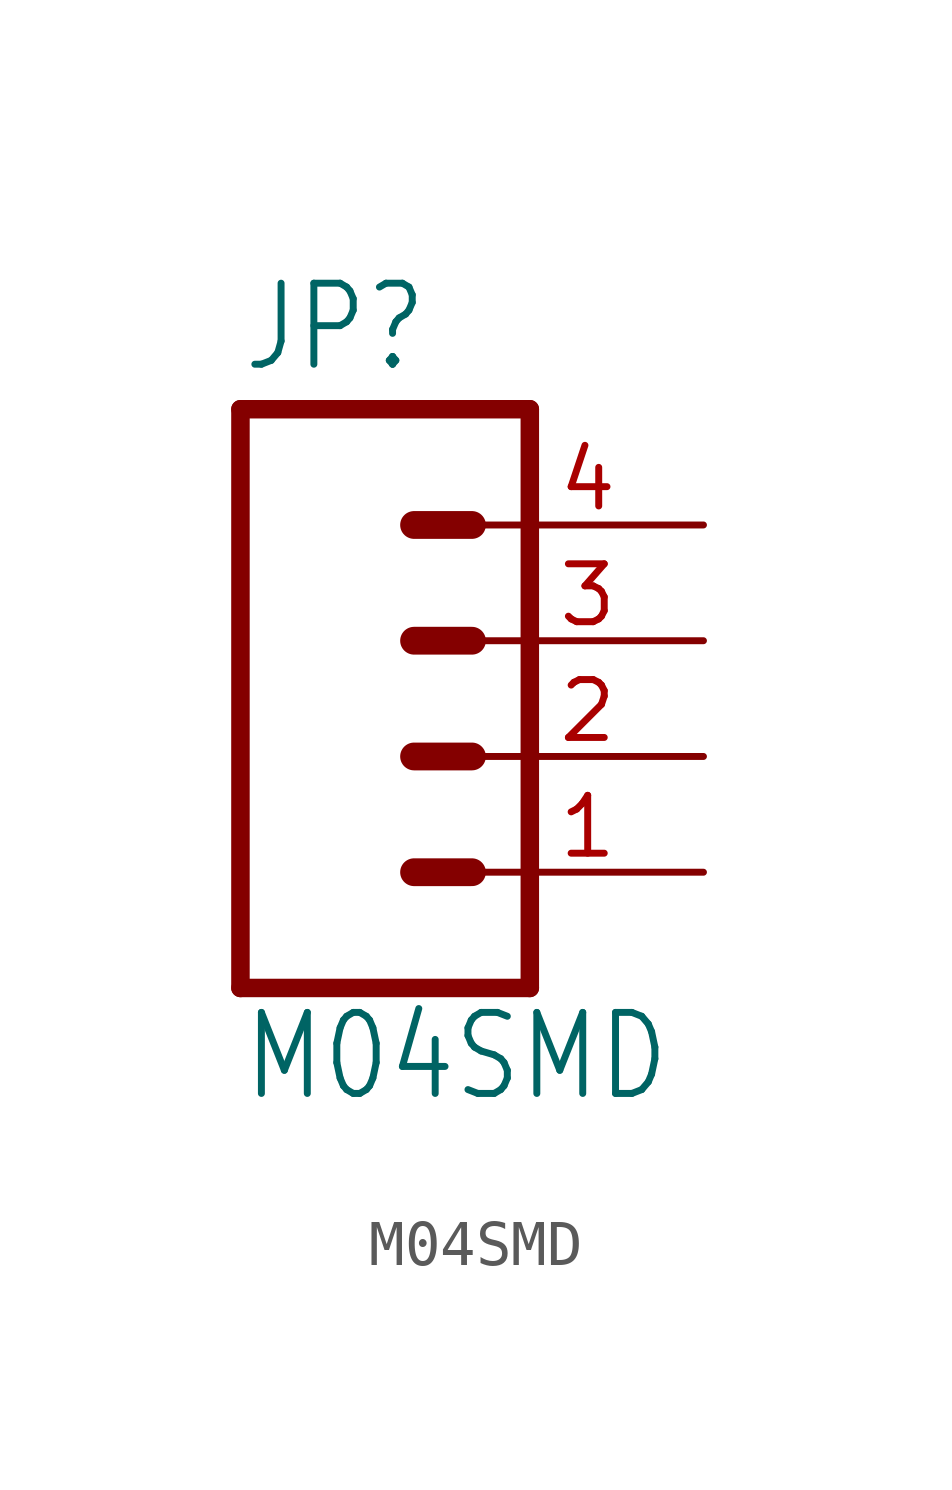
<source format=kicad_sym>
(kicad_symbol_lib
  (version 20211014)
  (generator kicad_symbol_editor)
  (symbol "M04SMD"
    (property "Reference" "JP"
      (at -5.08 8.382 0)
      (effects (font (size 1.778 1.511)) (justify left bottom)))
    (property "Value" "M04SMD"
      (at -5.08 -7.62 0)
      (effects (font (size 1.778 1.511)) (justify left bottom)))
    (property "ki_locked" ""
      (at 0 0 0)
      (effects (font (size 1.27 1.27))))
    (symbol "M04SMD_1_0"
      (polyline (pts (xy -5.08 7.62) (xy -5.08 -5.08)) (stroke (width 0.406) (type default) (color 0 0 0 0)) (fill (type none)))
      (polyline (pts (xy -5.08 7.62) (xy 1.27 7.62)) (stroke (width 0.406) (type default) (color 0 0 0 0)) (fill (type none)))
      (polyline (pts (xy -1.27 -2.54) (xy 0 -2.54)) (stroke (width 0.61) (type default) (color 0 0 0 0)) (fill (type none)))
      (polyline (pts (xy -1.27 0) (xy 0 0)) (stroke (width 0.61) (type default) (color 0 0 0 0)) (fill (type none)))
      (polyline (pts (xy -1.27 2.54) (xy 0 2.54)) (stroke (width 0.61) (type default) (color 0 0 0 0)) (fill (type none)))
      (polyline (pts (xy -1.27 5.08) (xy 0 5.08)) (stroke (width 0.61) (type default) (color 0 0 0 0)) (fill (type none)))
      (polyline (pts (xy 1.27 -5.08) (xy -5.08 -5.08)) (stroke (width 0.406) (type default) (color 0 0 0 0)) (fill (type none)))
      (polyline (pts (xy 1.27 -5.08) (xy 1.27 7.62)) (stroke (width 0.406) (type default) (color 0 0 0 0)) (fill (type none)))
      (pin passive line (at 5.08 -2.54 180) (length 5.08) (name "1" (effects (font (size 0 0)))) (number "1" (effects (font (size 1.27 1.27)))))
      (pin passive line (at 5.08 0 180) (length 5.08) (name "2" (effects (font (size 0 0)))) (number "2" (effects (font (size 1.27 1.27)))))
      (pin passive line (at 5.08 2.54 180) (length 5.08) (name "3" (effects (font (size 0 0)))) (number "3" (effects (font (size 1.27 1.27)))))
      (pin passive line (at 5.08 5.08 180) (length 5.08) (name "4" (effects (font (size 0 0)))) (number "4" (effects (font (size 1.27 1.27))))))))
</source>
